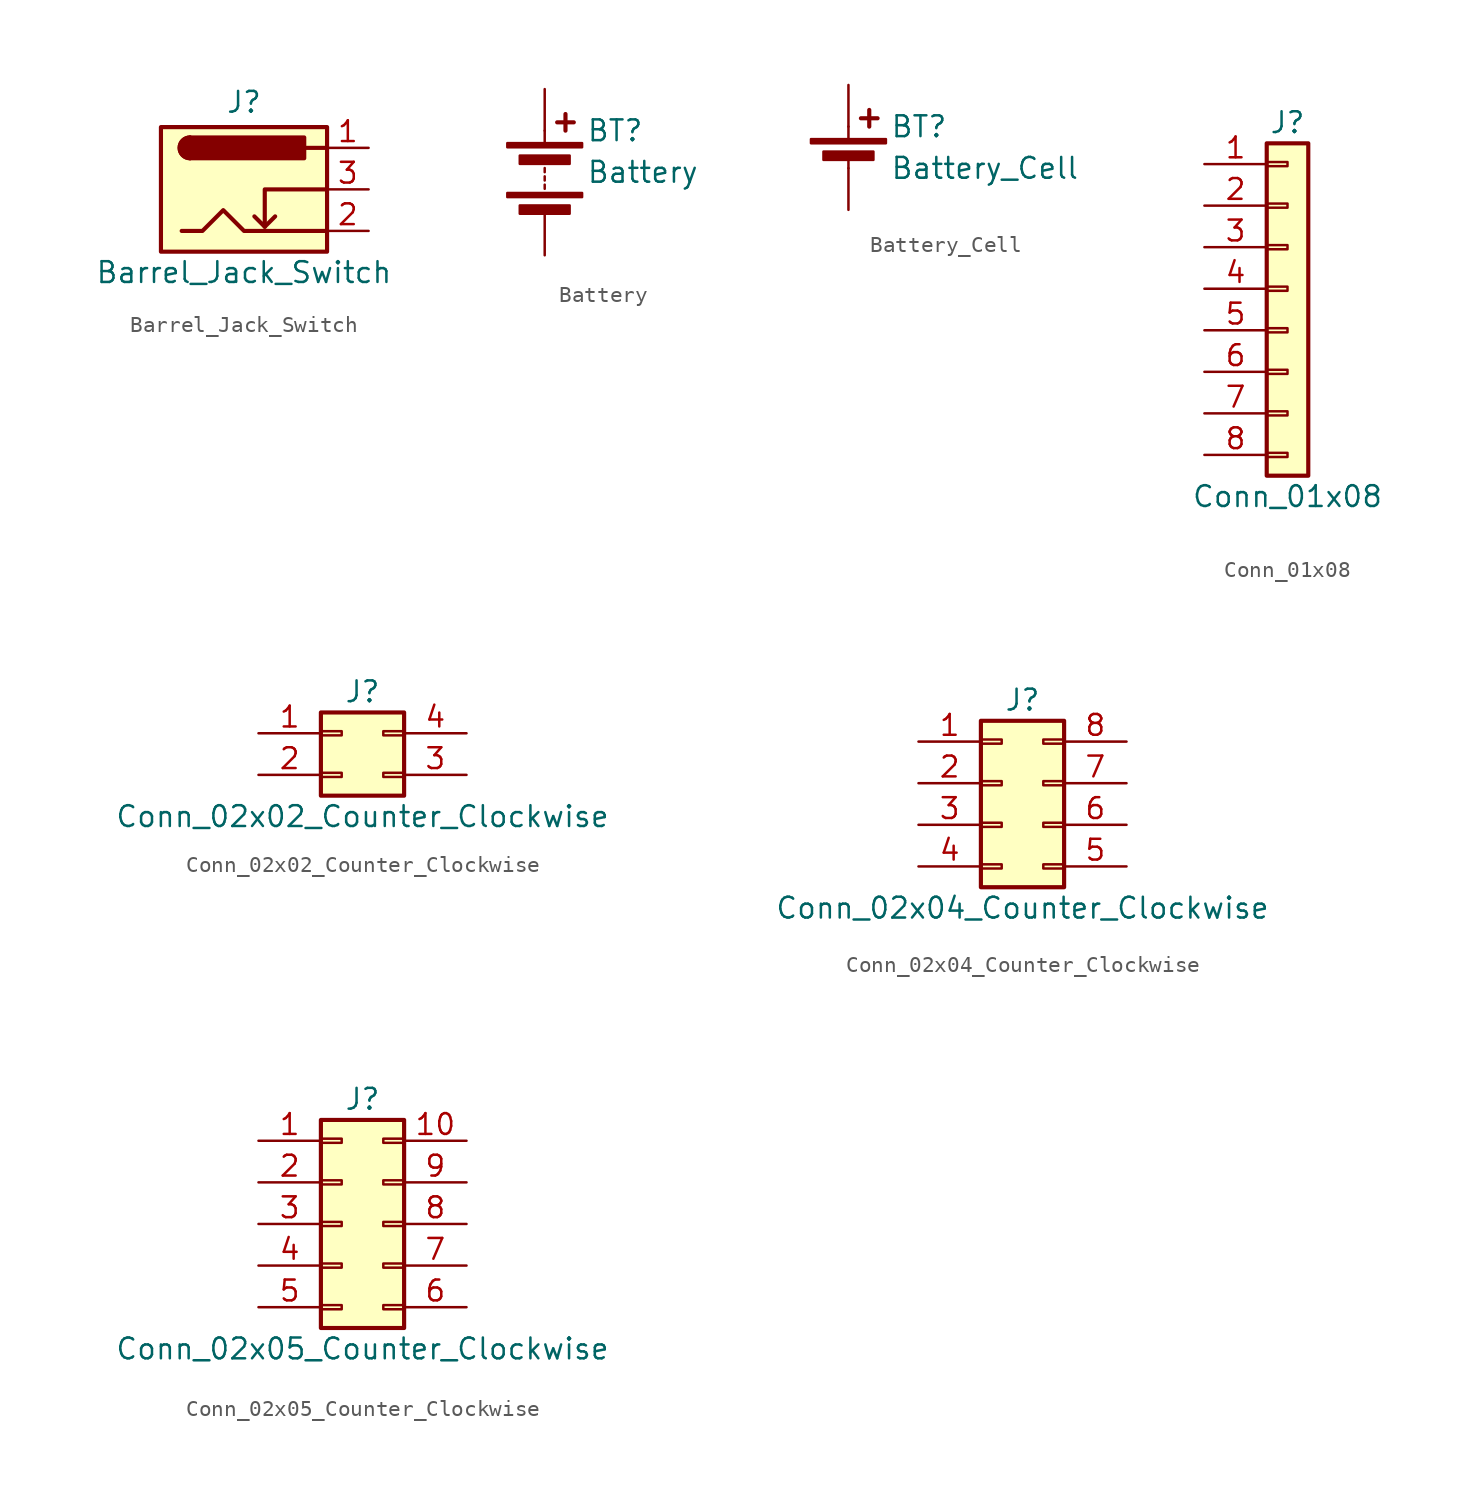
<source format=kicad_sym>
(kicad_symbol_lib
  (version 20241209)
  (generator "kicad_symbol_editor")
  (generator_version "9.0")
  (symbol "Barrel_Jack_Switch"
    (pin_names
      (hide yes))
    (property "Reference" "J"
      (at 0 5.334 0)
      (effects (font (size 1.27 1.27))))
    (property "Value" "Barrel_Jack_Switch"
      (at 0 -5.08 0)
      (effects (font (size 1.27 1.27))))
    (symbol "Barrel_Jack_Switch_0_1"
      (rectangle (start -5.08 3.81) (end 5.08 -3.81) (stroke (width 0.254) (type default)) (fill (type background)))
      (polyline (pts (xy -3.81 -2.54) (xy -2.54 -2.54) (xy -1.27 -1.27) (xy 0 -2.54) (xy 2.54 -2.54) (xy 5.08 -2.54)) (stroke (width 0.254) (type default)) (fill (type none)))
      (arc (start -3.302 1.905) (mid -3.9343 2.54) (end -3.302 3.175) (stroke (width 0.254) (type default)) (fill (type none)))
      (arc (start -3.302 1.905) (mid -3.9343 2.54) (end -3.302 3.175) (stroke (width 0.254) (type default)) (fill (type outline)))
      (polyline (pts (xy 1.27 -2.286) (xy 1.905 -1.651)) (stroke (width 0.254) (type default)) (fill (type none)))
      (rectangle (start 3.683 3.175) (end -3.302 1.905) (stroke (width 0.254) (type default)) (fill (type outline)))
      (polyline (pts (xy 5.08 2.54) (xy 3.81 2.54)) (stroke (width 0.254) (type default)) (fill (type none)))
      (polyline (pts (xy 5.08 0) (xy 1.27 0) (xy 1.27 -2.286) (xy 0.635 -1.651)) (stroke (width 0.254) (type default)) (fill (type none))))
    (symbol "Barrel_Jack_Switch_1_1"
      (pin passive line (at 7.62 2.54 180) (length 2.54) (name "~" (effects (font (size 1.27 1.27)))) (number "1" (effects (font (size 1.27 1.27)))))
      (pin passive line (at 7.62 0 180) (length 2.54) (name "~" (effects (font (size 1.27 1.27)))) (number "3" (effects (font (size 1.27 1.27)))))
      (pin passive line (at 7.62 -2.54 180) (length 2.54) (name "~" (effects (font (size 1.27 1.27)))) (number "2" (effects (font (size 1.27 1.27)))))))
  (symbol "Battery"
    (pin_numbers
      (hide yes))
    (pin_names
      (offset 0)
      (hide yes))
    (property "Reference" "BT"
      (at 2.54 2.54 0)
      (effects (font (size 1.27 1.27)) (justify left)))
    (property "Value" "Battery"
      (at 2.54 0 0)
      (effects (font (size 1.27 1.27)) (justify left)))
    (symbol "Battery_0_1"
      (rectangle (start -2.286 1.778) (end 2.286 1.524) (stroke (width 0) (type default)) (fill (type outline)))
      (rectangle (start -2.286 -1.27) (end 2.286 -1.524) (stroke (width 0) (type default)) (fill (type outline)))
      (rectangle (start -1.524 1.016) (end 1.524 0.508) (stroke (width 0) (type default)) (fill (type outline)))
      (rectangle (start -1.524 -2.032) (end 1.524 -2.54) (stroke (width 0) (type default)) (fill (type outline)))
      (polyline (pts (xy 0 1.778) (xy 0 2.54)) (stroke (width 0) (type default)) (fill (type none)))
      (polyline (pts (xy 0 0) (xy 0 0.254)) (stroke (width 0) (type default)) (fill (type none)))
      (polyline (pts (xy 0 -0.508) (xy 0 -0.254)) (stroke (width 0) (type default)) (fill (type none)))
      (polyline (pts (xy 0 -1.016) (xy 0 -0.762)) (stroke (width 0) (type default)) (fill (type none)))
      (polyline (pts (xy 0.762 3.048) (xy 1.778 3.048)) (stroke (width 0.254) (type default)) (fill (type none)))
      (polyline (pts (xy 1.27 3.556) (xy 1.27 2.54)) (stroke (width 0.254) (type default)) (fill (type none))))
    (symbol "Battery_1_1"
      (pin passive line (at 0 5.08 270) (length 2.54) (name "+" (effects (font (size 1.27 1.27)))) (number "1" (effects (font (size 1.27 1.27)))))
      (pin passive line (at 0 -5.08 90) (length 2.54) (name "-" (effects (font (size 1.27 1.27)))) (number "2" (effects (font (size 1.27 1.27)))))))
  (symbol "Battery_Cell"
    (pin_numbers
      (hide yes))
    (pin_names
      (offset 0)
      (hide yes))
    (property "Reference" "BT"
      (at 2.54 2.54 0)
      (effects (font (size 1.27 1.27)) (justify left)))
    (property "Value" "Battery_Cell"
      (at 2.54 0 0)
      (effects (font (size 1.27 1.27)) (justify left)))
    (symbol "Battery_Cell_0_1"
      (rectangle (start -2.286 1.778) (end 2.286 1.524) (stroke (width 0) (type default)) (fill (type outline)))
      (rectangle (start -1.524 1.016) (end 1.524 0.508) (stroke (width 0) (type default)) (fill (type outline)))
      (polyline (pts (xy 0 1.778) (xy 0 2.54)) (stroke (width 0) (type default)) (fill (type none)))
      (polyline (pts (xy 0 0.762) (xy 0 0)) (stroke (width 0) (type default)) (fill (type none)))
      (polyline (pts (xy 0.762 3.048) (xy 1.778 3.048)) (stroke (width 0.254) (type default)) (fill (type none)))
      (polyline (pts (xy 1.27 3.556) (xy 1.27 2.54)) (stroke (width 0.254) (type default)) (fill (type none))))
    (symbol "Battery_Cell_1_1"
      (pin passive line (at 0 5.08 270) (length 2.54) (name "+" (effects (font (size 1.27 1.27)))) (number "1" (effects (font (size 1.27 1.27)))))
      (pin passive line (at 0 -2.54 90) (length 2.54) (name "-" (effects (font (size 1.27 1.27)))) (number "2" (effects (font (size 1.27 1.27)))))))
  (symbol "Conn_01x08"
    (pin_names
      (offset 1.016)
      (hide yes))
    (property "Reference" "J"
      (at 0 10.16 0)
      (effects (font (size 1.27 1.27))))
    (property "Value" "Conn_01x08"
      (at 0 -12.7 0)
      (effects (font (size 1.27 1.27))))
    (symbol "Conn_01x08_1_1"
      (rectangle (start -1.27 8.89) (end 1.27 -11.43) (stroke (width 0.254) (type default)) (fill (type background)))
      (rectangle (start -1.27 7.747) (end 0 7.493) (stroke (width 0.152) (type default)) (fill (type none)))
      (rectangle (start -1.27 5.207) (end 0 4.953) (stroke (width 0.152) (type default)) (fill (type none)))
      (rectangle (start -1.27 2.667) (end 0 2.413) (stroke (width 0.152) (type default)) (fill (type none)))
      (rectangle (start -1.27 0.127) (end 0 -0.127) (stroke (width 0.152) (type default)) (fill (type none)))
      (rectangle (start -1.27 -2.413) (end 0 -2.667) (stroke (width 0.152) (type default)) (fill (type none)))
      (rectangle (start -1.27 -4.953) (end 0 -5.207) (stroke (width 0.152) (type default)) (fill (type none)))
      (rectangle (start -1.27 -7.493) (end 0 -7.747) (stroke (width 0.152) (type default)) (fill (type none)))
      (rectangle (start -1.27 -10.033) (end 0 -10.287) (stroke (width 0.152) (type default)) (fill (type none)))
      (pin passive line (at -5.08 7.62 0) (length 3.81) (name "Pin_1" (effects (font (size 1.27 1.27)))) (number "1" (effects (font (size 1.27 1.27)))))
      (pin passive line (at -5.08 5.08 0) (length 3.81) (name "Pin_2" (effects (font (size 1.27 1.27)))) (number "2" (effects (font (size 1.27 1.27)))))
      (pin passive line (at -5.08 2.54 0) (length 3.81) (name "Pin_3" (effects (font (size 1.27 1.27)))) (number "3" (effects (font (size 1.27 1.27)))))
      (pin passive line (at -5.08 0 0) (length 3.81) (name "Pin_4" (effects (font (size 1.27 1.27)))) (number "4" (effects (font (size 1.27 1.27)))))
      (pin passive line (at -5.08 -2.54 0) (length 3.81) (name "Pin_5" (effects (font (size 1.27 1.27)))) (number "5" (effects (font (size 1.27 1.27)))))
      (pin passive line (at -5.08 -5.08 0) (length 3.81) (name "Pin_6" (effects (font (size 1.27 1.27)))) (number "6" (effects (font (size 1.27 1.27)))))
      (pin passive line (at -5.08 -7.62 0) (length 3.81) (name "Pin_7" (effects (font (size 1.27 1.27)))) (number "7" (effects (font (size 1.27 1.27)))))
      (pin passive line (at -5.08 -10.16 0) (length 3.81) (name "Pin_8" (effects (font (size 1.27 1.27)))) (number "8" (effects (font (size 1.27 1.27)))))))
  (symbol "Conn_02x02_Counter_Clockwise"
    (pin_names
      (offset 1.016)
      (hide yes))
    (property "Reference" "J"
      (at 1.27 2.54 0)
      (effects (font (size 1.27 1.27))))
    (property "Value" "Conn_02x02_Counter_Clockwise"
      (at 1.27 -5.08 0)
      (effects (font (size 1.27 1.27))))
    (symbol "Conn_02x02_Counter_Clockwise_1_1"
      (rectangle (start -1.27 1.27) (end 3.81 -3.81) (stroke (width 0.254) (type default)) (fill (type background)))
      (rectangle (start -1.27 0.127) (end 0 -0.127) (stroke (width 0.152) (type default)) (fill (type none)))
      (rectangle (start -1.27 -2.413) (end 0 -2.667) (stroke (width 0.152) (type default)) (fill (type none)))
      (rectangle (start 3.81 0.127) (end 2.54 -0.127) (stroke (width 0.152) (type default)) (fill (type none)))
      (rectangle (start 3.81 -2.413) (end 2.54 -2.667) (stroke (width 0.152) (type default)) (fill (type none)))
      (pin passive line (at -5.08 0 0) (length 3.81) (name "Pin_1" (effects (font (size 1.27 1.27)))) (number "1" (effects (font (size 1.27 1.27)))))
      (pin passive line (at -5.08 -2.54 0) (length 3.81) (name "Pin_2" (effects (font (size 1.27 1.27)))) (number "2" (effects (font (size 1.27 1.27)))))
      (pin passive line (at 7.62 0 180) (length 3.81) (name "Pin_4" (effects (font (size 1.27 1.27)))) (number "4" (effects (font (size 1.27 1.27)))))
      (pin passive line (at 7.62 -2.54 180) (length 3.81) (name "Pin_3" (effects (font (size 1.27 1.27)))) (number "3" (effects (font (size 1.27 1.27)))))))
  (symbol "Conn_02x04_Counter_Clockwise"
    (pin_names
      (offset 1.016)
      (hide yes))
    (property "Reference" "J"
      (at 1.27 5.08 0)
      (effects (font (size 1.27 1.27))))
    (property "Value" "Conn_02x04_Counter_Clockwise"
      (at 1.27 -7.62 0)
      (effects (font (size 1.27 1.27))))
    (symbol "Conn_02x04_Counter_Clockwise_1_1"
      (rectangle (start -1.27 3.81) (end 3.81 -6.35) (stroke (width 0.254) (type default)) (fill (type background)))
      (rectangle (start -1.27 2.667) (end 0 2.413) (stroke (width 0.152) (type default)) (fill (type none)))
      (rectangle (start -1.27 0.127) (end 0 -0.127) (stroke (width 0.152) (type default)) (fill (type none)))
      (rectangle (start -1.27 -2.413) (end 0 -2.667) (stroke (width 0.152) (type default)) (fill (type none)))
      (rectangle (start -1.27 -4.953) (end 0 -5.207) (stroke (width 0.152) (type default)) (fill (type none)))
      (rectangle (start 3.81 2.667) (end 2.54 2.413) (stroke (width 0.152) (type default)) (fill (type none)))
      (rectangle (start 3.81 0.127) (end 2.54 -0.127) (stroke (width 0.152) (type default)) (fill (type none)))
      (rectangle (start 3.81 -2.413) (end 2.54 -2.667) (stroke (width 0.152) (type default)) (fill (type none)))
      (rectangle (start 3.81 -4.953) (end 2.54 -5.207) (stroke (width 0.152) (type default)) (fill (type none)))
      (pin passive line (at -5.08 2.54 0) (length 3.81) (name "Pin_1" (effects (font (size 1.27 1.27)))) (number "1" (effects (font (size 1.27 1.27)))))
      (pin passive line (at -5.08 0 0) (length 3.81) (name "Pin_2" (effects (font (size 1.27 1.27)))) (number "2" (effects (font (size 1.27 1.27)))))
      (pin passive line (at -5.08 -2.54 0) (length 3.81) (name "Pin_3" (effects (font (size 1.27 1.27)))) (number "3" (effects (font (size 1.27 1.27)))))
      (pin passive line (at -5.08 -5.08 0) (length 3.81) (name "Pin_4" (effects (font (size 1.27 1.27)))) (number "4" (effects (font (size 1.27 1.27)))))
      (pin passive line (at 7.62 2.54 180) (length 3.81) (name "Pin_8" (effects (font (size 1.27 1.27)))) (number "8" (effects (font (size 1.27 1.27)))))
      (pin passive line (at 7.62 0 180) (length 3.81) (name "Pin_7" (effects (font (size 1.27 1.27)))) (number "7" (effects (font (size 1.27 1.27)))))
      (pin passive line (at 7.62 -2.54 180) (length 3.81) (name "Pin_6" (effects (font (size 1.27 1.27)))) (number "6" (effects (font (size 1.27 1.27)))))
      (pin passive line (at 7.62 -5.08 180) (length 3.81) (name "Pin_5" (effects (font (size 1.27 1.27)))) (number "5" (effects (font (size 1.27 1.27)))))))
  (symbol "Conn_02x05_Counter_Clockwise"
    (pin_names
      (offset 1.016)
      (hide yes))
    (property "Reference" "J"
      (at 1.27 7.62 0)
      (effects (font (size 1.27 1.27))))
    (property "Value" "Conn_02x05_Counter_Clockwise"
      (at 1.27 -7.62 0)
      (effects (font (size 1.27 1.27))))
    (symbol "Conn_02x05_Counter_Clockwise_1_1"
      (rectangle (start -1.27 6.35) (end 3.81 -6.35) (stroke (width 0.254) (type default)) (fill (type background)))
      (rectangle (start -1.27 5.207) (end 0 4.953) (stroke (width 0.152) (type default)) (fill (type none)))
      (rectangle (start -1.27 2.667) (end 0 2.413) (stroke (width 0.152) (type default)) (fill (type none)))
      (rectangle (start -1.27 0.127) (end 0 -0.127) (stroke (width 0.152) (type default)) (fill (type none)))
      (rectangle (start -1.27 -2.413) (end 0 -2.667) (stroke (width 0.152) (type default)) (fill (type none)))
      (rectangle (start -1.27 -4.953) (end 0 -5.207) (stroke (width 0.152) (type default)) (fill (type none)))
      (rectangle (start 3.81 5.207) (end 2.54 4.953) (stroke (width 0.152) (type default)) (fill (type none)))
      (rectangle (start 3.81 2.667) (end 2.54 2.413) (stroke (width 0.152) (type default)) (fill (type none)))
      (rectangle (start 3.81 0.127) (end 2.54 -0.127) (stroke (width 0.152) (type default)) (fill (type none)))
      (rectangle (start 3.81 -2.413) (end 2.54 -2.667) (stroke (width 0.152) (type default)) (fill (type none)))
      (rectangle (start 3.81 -4.953) (end 2.54 -5.207) (stroke (width 0.152) (type default)) (fill (type none)))
      (pin passive line (at -5.08 5.08 0) (length 3.81) (name "Pin_1" (effects (font (size 1.27 1.27)))) (number "1" (effects (font (size 1.27 1.27)))))
      (pin passive line (at -5.08 2.54 0) (length 3.81) (name "Pin_2" (effects (font (size 1.27 1.27)))) (number "2" (effects (font (size 1.27 1.27)))))
      (pin passive line (at -5.08 0 0) (length 3.81) (name "Pin_3" (effects (font (size 1.27 1.27)))) (number "3" (effects (font (size 1.27 1.27)))))
      (pin passive line (at -5.08 -2.54 0) (length 3.81) (name "Pin_4" (effects (font (size 1.27 1.27)))) (number "4" (effects (font (size 1.27 1.27)))))
      (pin passive line (at -5.08 -5.08 0) (length 3.81) (name "Pin_5" (effects (font (size 1.27 1.27)))) (number "5" (effects (font (size 1.27 1.27)))))
      (pin passive line (at 7.62 5.08 180) (length 3.81) (name "Pin_10" (effects (font (size 1.27 1.27)))) (number "10" (effects (font (size 1.27 1.27)))))
      (pin passive line (at 7.62 2.54 180) (length 3.81) (name "Pin_9" (effects (font (size 1.27 1.27)))) (number "9" (effects (font (size 1.27 1.27)))))
      (pin passive line (at 7.62 0 180) (length 3.81) (name "Pin_8" (effects (font (size 1.27 1.27)))) (number "8" (effects (font (size 1.27 1.27)))))
      (pin passive line (at 7.62 -2.54 180) (length 3.81) (name "Pin_7" (effects (font (size 1.27 1.27)))) (number "7" (effects (font (size 1.27 1.27)))))
      (pin passive line (at 7.62 -5.08 180) (length 3.81) (name "Pin_6" (effects (font (size 1.27 1.27)))) (number "6" (effects (font (size 1.27 1.27))))))))
</source>
